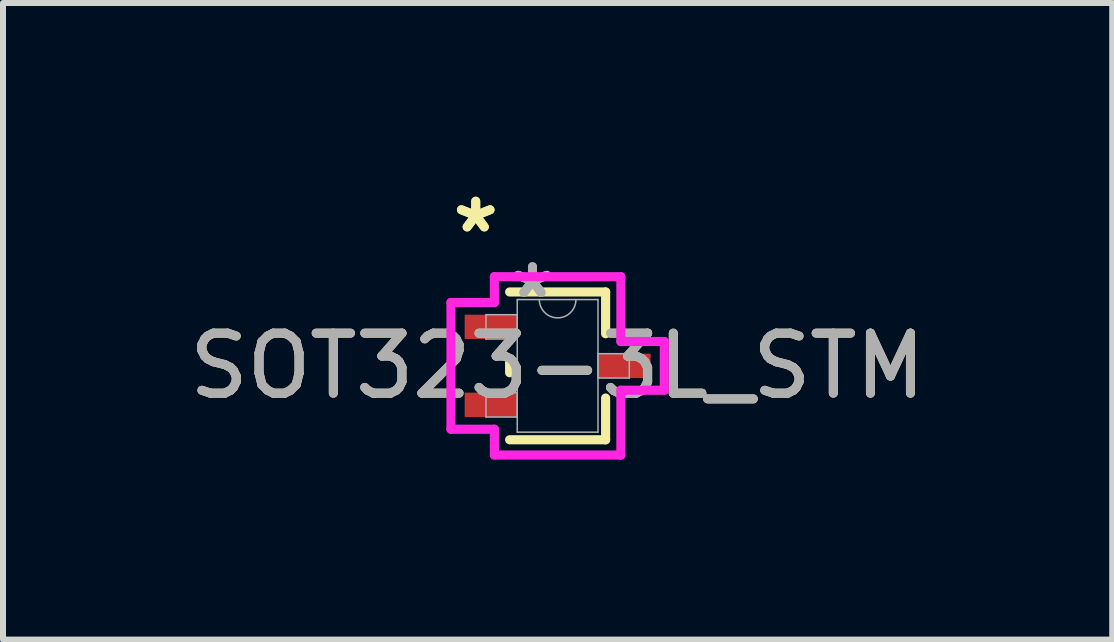
<source format=kicad_pcb>
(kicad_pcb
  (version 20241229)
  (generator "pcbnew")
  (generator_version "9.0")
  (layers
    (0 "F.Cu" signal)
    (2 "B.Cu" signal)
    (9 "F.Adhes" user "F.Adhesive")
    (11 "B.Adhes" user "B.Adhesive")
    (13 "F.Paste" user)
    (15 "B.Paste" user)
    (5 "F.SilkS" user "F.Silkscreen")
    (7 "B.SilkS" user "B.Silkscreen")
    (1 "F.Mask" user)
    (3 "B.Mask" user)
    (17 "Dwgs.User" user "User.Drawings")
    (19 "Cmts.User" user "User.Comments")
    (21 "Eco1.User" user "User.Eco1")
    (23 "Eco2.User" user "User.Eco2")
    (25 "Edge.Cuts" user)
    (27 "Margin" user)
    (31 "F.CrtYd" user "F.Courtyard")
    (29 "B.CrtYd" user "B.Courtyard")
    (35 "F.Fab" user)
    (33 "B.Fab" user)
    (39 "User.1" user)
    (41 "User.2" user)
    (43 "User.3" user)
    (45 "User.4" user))
  (footprint "SOT323-3L_STM"
    (layer "F.Cu")
    (at 6.244 3.048)
    (property "Reference" "SOT323-3L_STM" (at 0 0 0) (unlocked yes) (layer "F.SilkS") (effects (font (size 1 1) (thickness 0.15))))
    (attr smd)
    (fp_line (start -0.8 -0.114) (end -0.8 0.114) (stroke (width 0.152) (type solid)) (layer "F.SilkS"))
    (fp_line (start -0.8 1.232) (end 0.8 1.232) (stroke (width 0.152) (type solid)) (layer "F.SilkS"))
    (fp_line (start 0.8 -1.232) (end -0.8 -1.232) (stroke (width 0.152) (type solid)) (layer "F.SilkS"))
    (fp_line (start 0.8 -0.536) (end 0.8 -1.232) (stroke (width 0.152) (type solid)) (layer "F.SilkS"))
    (fp_line (start 0.8 1.232) (end 0.8 0.536) (stroke (width 0.152) (type solid)) (layer "F.SilkS"))
    (fp_line (start -1.778 -1.056) (end -1.054 -1.056) (stroke (width 0.152) (type solid)) (layer "F.CrtYd"))
    (fp_line (start -1.778 1.056) (end -1.778 -1.056) (stroke (width 0.152) (type solid)) (layer "F.CrtYd"))
    (fp_line (start -1.054 -1.486) (end 1.054 -1.486) (stroke (width 0.152) (type solid)) (layer "F.CrtYd"))
    (fp_line (start -1.054 -1.056) (end -1.054 -1.486) (stroke (width 0.152) (type solid)) (layer "F.CrtYd"))
    (fp_line (start -1.054 1.056) (end -1.778 1.056) (stroke (width 0.152) (type solid)) (layer "F.CrtYd"))
    (fp_line (start -1.054 1.486) (end -1.054 1.056) (stroke (width 0.152) (type solid)) (layer "F.CrtYd"))
    (fp_line (start 1.054 -1.486) (end 1.054 -0.406) (stroke (width 0.152) (type solid)) (layer "F.CrtYd"))
    (fp_line (start 1.054 -0.406) (end 1.778 -0.406) (stroke (width 0.152) (type solid)) (layer "F.CrtYd"))
    (fp_line (start 1.054 0.406) (end 1.054 1.486) (stroke (width 0.152) (type solid)) (layer "F.CrtYd"))
    (fp_line (start 1.054 1.486) (end -1.054 1.486) (stroke (width 0.152) (type solid)) (layer "F.CrtYd"))
    (fp_line (start 1.778 -0.406) (end 1.778 0.406) (stroke (width 0.152) (type solid)) (layer "F.CrtYd"))
    (fp_line (start 1.778 0.406) (end 1.054 0.406) (stroke (width 0.152) (type solid)) (layer "F.CrtYd"))
    (fp_line (start -1.194 -0.853) (end -1.194 -0.447) (stroke (width 0.025) (type solid)) (layer "F.Fab"))
    (fp_line (start -1.194 -0.447) (end -0.673 -0.447) (stroke (width 0.025) (type solid)) (layer "F.Fab"))
    (fp_line (start -1.194 0.447) (end -1.194 0.853) (stroke (width 0.025) (type solid)) (layer "F.Fab"))
    (fp_line (start -1.194 0.853) (end -0.673 0.853) (stroke (width 0.025) (type solid)) (layer "F.Fab"))
    (fp_line (start -0.673 -1.105) (end -0.673 1.105) (stroke (width 0.025) (type solid)) (layer "F.Fab"))
    (fp_line (start -0.673 -0.853) (end -1.194 -0.853) (stroke (width 0.025) (type solid)) (layer "F.Fab"))
    (fp_line (start -0.673 -0.447) (end -0.673 -0.853) (stroke (width 0.025) (type solid)) (layer "F.Fab"))
    (fp_line (start -0.673 0.447) (end -1.194 0.447) (stroke (width 0.025) (type solid)) (layer "F.Fab"))
    (fp_line (start -0.673 0.853) (end -0.673 0.447) (stroke (width 0.025) (type solid)) (layer "F.Fab"))
    (fp_line (start -0.673 1.105) (end 0.673 1.105) (stroke (width 0.025) (type solid)) (layer "F.Fab"))
    (fp_line (start 0.673 -1.105) (end -0.673 -1.105) (stroke (width 0.025) (type solid)) (layer "F.Fab"))
    (fp_line (start 0.673 -0.203) (end 0.673 0.203) (stroke (width 0.025) (type solid)) (layer "F.Fab"))
    (fp_line (start 0.673 0.203) (end 1.194 0.203) (stroke (width 0.025) (type solid)) (layer "F.Fab"))
    (fp_line (start 0.673 1.105) (end 0.673 -1.105) (stroke (width 0.025) (type solid)) (layer "F.Fab"))
    (fp_line (start 1.194 -0.203) (end 0.673 -0.203) (stroke (width 0.025) (type solid)) (layer "F.Fab"))
    (fp_line (start 1.194 0.203) (end 1.194 -0.203) (stroke (width 0.025) (type solid)) (layer "F.Fab"))
    (fp_arc (start 0.3048 -1.1049) (mid 0 -0.8001) (end -0.3048 -1.1049) (stroke (width 0.0254) (type solid)) (layer "F.Fab"))
    (fp_text user "*" (at -1.365 -2.199 0) (layer "F.SilkS") (effects (font (size 1 1) (thickness 0.15))))
    (fp_text user "*" (at -1.365 -2.199 0) (unlocked yes) (layer "F.SilkS") (effects (font (size 1 1) (thickness 0.15))))
    (fp_text user "${REFERENCE}" (at 0 0 0) (unlocked yes) (layer "F.Fab") (effects (font (size 1 1) (thickness 0.15))))
    (fp_text user "*" (at -0.419 -1.107 0) (layer "F.Fab") (effects (font (size 1 1) (thickness 0.15))))
    (fp_text user "*" (at -0.419 -1.107 0) (unlocked yes) (layer "F.Fab") (effects (font (size 1 1) (thickness 0.15))))
    (pad "1" smd rect (at -1.111 -0.65) (size 0.876 0.406) (layers "F.Cu" "F.Mask" "F.Paste"))
    (pad "2" smd rect (at -1.111 0.65) (size 0.876 0.406) (layers "F.Cu" "F.Mask" "F.Paste"))
    (pad "3" smd rect (at 1.111 0) (size 0.876 0.406) (layers "F.Cu" "F.Mask" "F.Paste")))
  (gr_rect
    (start -3 -3)
    (end 15.488 7.61)
    (stroke (width 0.1) (type default))
    (fill no)
    (layer "Edge.Cuts")))
</source>
